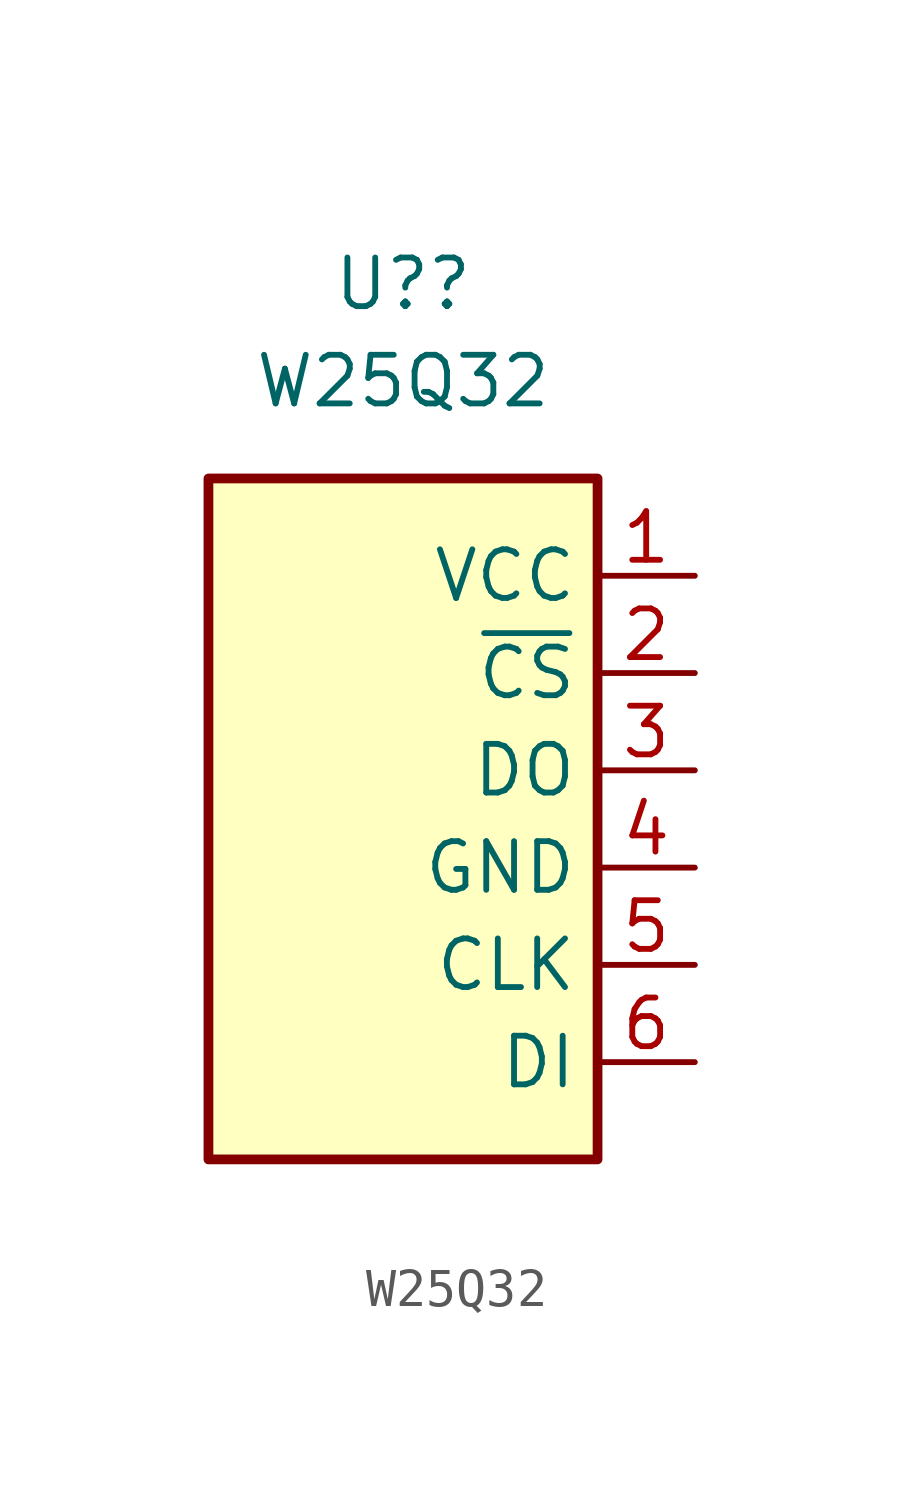
<source format=kicad_sym>
(kicad_symbol_lib
  (version 20211014)
  (generator kicad_symbol_editor)
  (symbol "W25Q32"
    (property "Reference" "U?"
      (at 5.08 5.08 0)
      (effects (font (size 1.27 1.27))))
    (property "Value" "W25Q32"
      (at 5.08 2.54 0)
      (effects (font (size 1.27 1.27))))
    (symbol "W25Q32_0_1"
      (rectangle (start 0 0) (end 10.16 -17.78) (stroke (width 0.254) (type default) (color 0 0 0 0)) (fill (type background))))
    (symbol "W25Q32_1_1"
      (pin power_in line (at 12.7 -2.54 180) (length 2.54) (name "VCC" (effects (font (size 1.27 1.27)))) (number "1" (effects (font (size 1.27 1.27)))))
      (pin input line (at 12.7 -5.08 180) (length 2.54) (name "~{CS}" (effects (font (size 1.27 1.27)))) (number "2" (effects (font (size 1.27 1.27)))))
      (pin bidirectional line (at 12.7 -7.62 180) (length 2.54) (name "DO" (effects (font (size 1.27 1.27)))) (number "3" (effects (font (size 1.27 1.27)))))
      (pin power_in line (at 12.7 -10.16 180) (length 2.54) (name "GND" (effects (font (size 1.27 1.27)))) (number "4" (effects (font (size 1.27 1.27)))))
      (pin input line (at 12.7 -12.7 180) (length 2.54) (name "CLK" (effects (font (size 1.27 1.27)))) (number "5" (effects (font (size 1.27 1.27)))))
      (pin bidirectional line (at 12.7 -15.24 180) (length 2.54) (name "DI" (effects (font (size 1.27 1.27)))) (number "6" (effects (font (size 1.27 1.27))))))))
</source>
